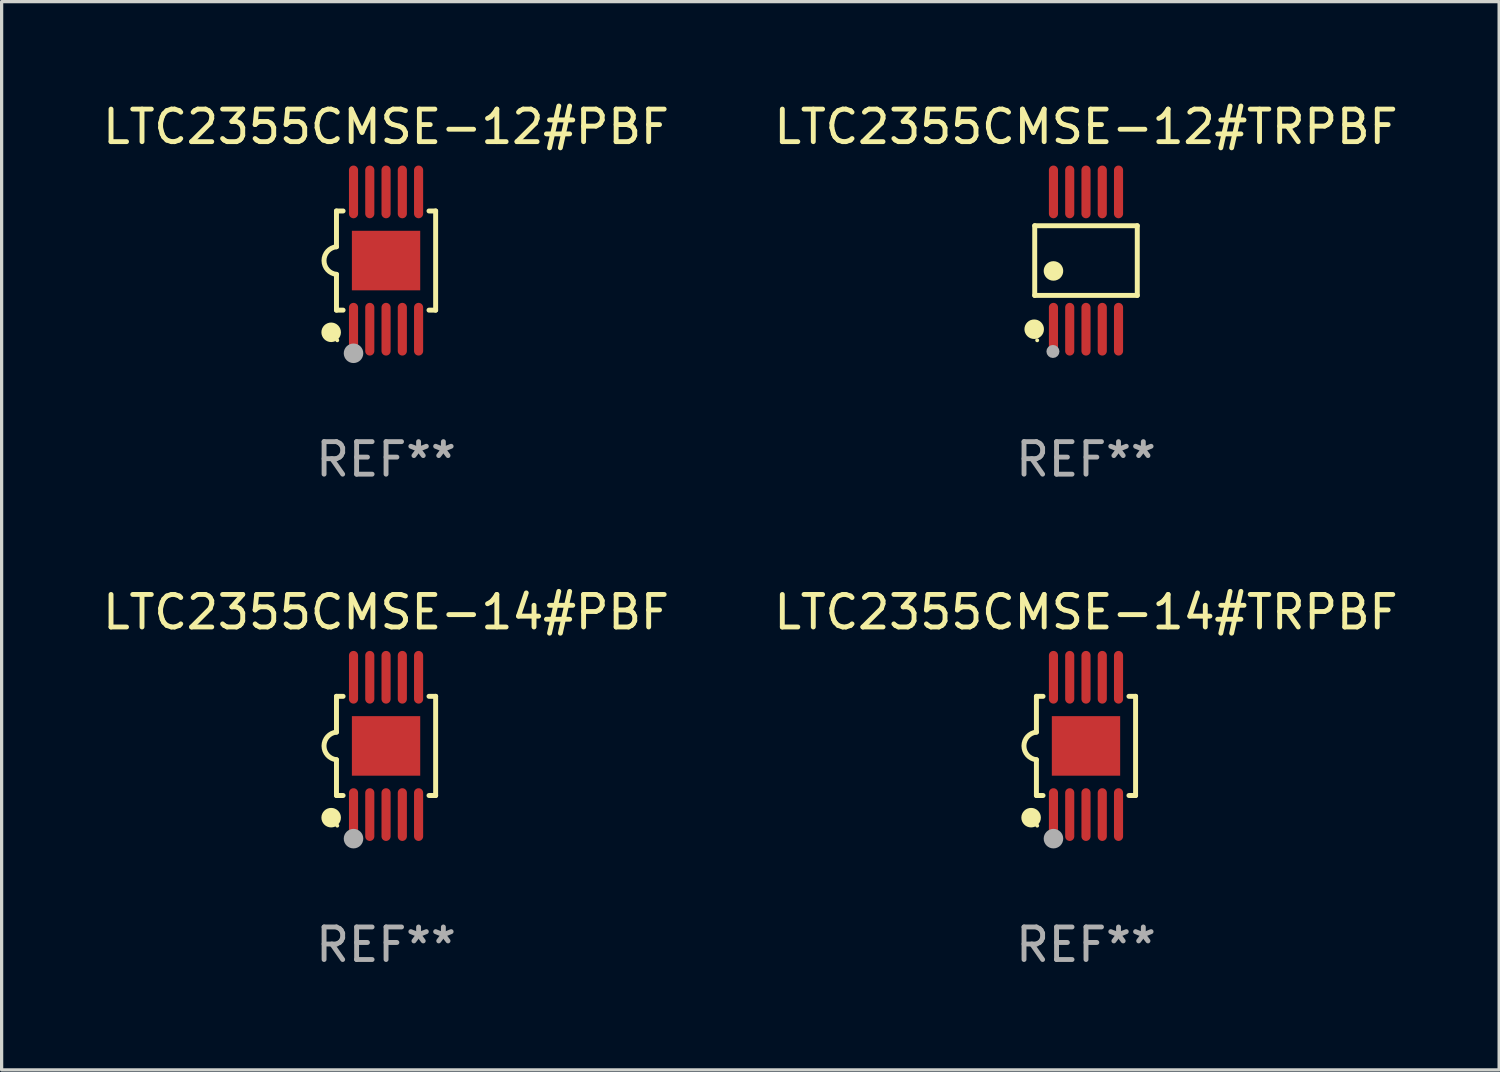
<source format=kicad_pcb>
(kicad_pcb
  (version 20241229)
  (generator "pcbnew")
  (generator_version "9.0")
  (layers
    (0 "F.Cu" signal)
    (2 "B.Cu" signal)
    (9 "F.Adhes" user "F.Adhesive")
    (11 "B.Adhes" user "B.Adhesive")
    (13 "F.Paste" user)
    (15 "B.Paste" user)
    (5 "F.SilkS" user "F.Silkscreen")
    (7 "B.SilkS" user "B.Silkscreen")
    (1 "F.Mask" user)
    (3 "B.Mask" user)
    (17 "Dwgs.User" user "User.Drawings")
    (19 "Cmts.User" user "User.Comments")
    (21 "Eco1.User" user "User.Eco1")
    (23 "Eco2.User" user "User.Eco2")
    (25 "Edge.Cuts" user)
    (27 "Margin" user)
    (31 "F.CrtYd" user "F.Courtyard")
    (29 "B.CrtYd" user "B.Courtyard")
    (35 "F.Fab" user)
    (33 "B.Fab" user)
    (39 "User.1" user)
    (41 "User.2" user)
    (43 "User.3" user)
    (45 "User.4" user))
  (footprint "LTC2355CMSE-12#PBF"
    (layer "F.Cu")
    (at 8.815 4.958)
    (property "Reference" "LTC2355CMSE-12#PBF" (at 0 -4.11 0) (layer "F.SilkS") (effects (font (size 1 1) (thickness 0.15))))
    (attr through_hole)
    (fp_line (start -1.524 -1.524) (end -1.524 -0.424) (stroke (width 0.152) (type solid)) (layer "F.SilkS"))
    (fp_line (start -1.524 1.524) (end -1.524 0.424) (stroke (width 0.152) (type solid)) (layer "F.SilkS"))
    (fp_line (start -1.524 1.524) (end -1.32 1.524) (stroke (width 0.152) (type solid)) (layer "F.SilkS"))
    (fp_line (start -1.32 -1.524) (end -1.524 -1.524) (stroke (width 0.152) (type solid)) (layer "F.SilkS"))
    (fp_line (start 1.32 1.524) (end 1.524 1.524) (stroke (width 0.152) (type solid)) (layer "F.SilkS"))
    (fp_line (start 1.524 -1.524) (end 1.32 -1.524) (stroke (width 0.152) (type solid)) (layer "F.SilkS"))
    (fp_line (start 1.524 1.524) (end 1.524 -1.524) (stroke (width 0.152) (type solid)) (layer "F.SilkS"))
    (fp_arc (start -1.524003 0.424003) (mid -1.906663 -0.000089) (end -1.524004 -0.424181) (stroke (width 0.151994) (type solid)) (layer "F.SilkS"))
    (fp_circle (center -1.687 2.205) (end -1.537 2.205) (stroke (width 0.3) (type solid)) (fill no) (layer "F.SilkS"))
    (fp_circle (center -1.5 2.45) (end -1.47 2.45) (stroke (width 0.06) (type solid)) (fill no) (layer "F.SilkS"))
    (fp_circle (center -1 2.85) (end -0.85 2.85) (stroke (width 0.3) (type solid)) (fill no) (layer "F.Fab"))
    (fp_text user "REF**" (at 0 6.11 0) (layer "F.Fab") (effects (font (size 1 1) (thickness 0.15))))
    (pad "1" smd oval (at -1 2.11) (size 0.28 1.62) (layers "F.Cu" "F.Mask" "F.Paste"))
    (pad "2" smd oval (at -0.5 2.11) (size 0.28 1.62) (layers "F.Cu" "F.Mask" "F.Paste"))
    (pad "3" smd oval (at 0 2.11) (size 0.28 1.62) (layers "F.Cu" "F.Mask" "F.Paste"))
    (pad "4" smd oval (at 0.5 2.11) (size 0.28 1.62) (layers "F.Cu" "F.Mask" "F.Paste"))
    (pad "5" smd oval (at 1 2.11) (size 0.28 1.62) (layers "F.Cu" "F.Mask" "F.Paste"))
    (pad "6" smd oval (at 1 -2.11) (size 0.28 1.62) (layers "F.Cu" "F.Mask" "F.Paste"))
    (pad "7" smd oval (at 0.5 -2.11) (size 0.28 1.62) (layers "F.Cu" "F.Mask" "F.Paste"))
    (pad "8" smd oval (at 0 -2.11) (size 0.28 1.62) (layers "F.Cu" "F.Mask" "F.Paste"))
    (pad "9" smd oval (at -0.5 -2.11) (size 0.28 1.62) (layers "F.Cu" "F.Mask" "F.Paste"))
    (pad "10" smd oval (at -1 -2.11) (size 0.28 1.62) (layers "F.Cu" "F.Mask" "F.Paste"))
    (pad "11" smd rect (at 0 0) (size 2.1 1.83) (layers "F.Cu" "F.Mask" "F.Paste")))
  (footprint "LTC2355CMSE-12#TRPBF"
    (layer "F.Cu")
    (at 30.327 4.958)
    (property "Reference" "LTC2355CMSE-12#TRPBF" (at 0 -4.11 0) (layer "F.SilkS") (effects (font (size 1 1) (thickness 0.15))))
    (attr through_hole)
    (fp_line (start -1.576 -1.071) (end 1.576 -1.071) (stroke (width 0.152) (type solid)) (layer "F.SilkS"))
    (fp_line (start -1.576 1.071) (end -1.576 -1.071) (stroke (width 0.152) (type solid)) (layer "F.SilkS"))
    (fp_line (start 1.576 -1.071) (end 1.576 1.071) (stroke (width 0.152) (type solid)) (layer "F.SilkS"))
    (fp_line (start 1.576 1.071) (end -1.576 1.071) (stroke (width 0.152) (type solid)) (layer "F.SilkS"))
    (fp_circle (center -1.592 2.11) (end -1.442 2.11) (stroke (width 0.3) (type solid)) (fill no) (layer "F.SilkS"))
    (fp_circle (center -1.5 2.45) (end -1.47 2.45) (stroke (width 0.06) (type solid)) (fill no) (layer "F.SilkS"))
    (fp_circle (center -1 0.319) (end -0.85 0.319) (stroke (width 0.3) (type solid)) (fill no) (layer "F.SilkS"))
    (fp_circle (center -1.016 2.794) (end -0.916 2.794) (stroke (width 0.2) (type solid)) (fill no) (layer "F.Fab"))
    (fp_text user "REF**" (at 0 6.11 0) (layer "F.Fab") (effects (font (size 1 1) (thickness 0.15))))
    (pad "1" smd oval (at -1 2.11) (size 0.28 1.62) (layers "F.Cu" "F.Mask" "F.Paste"))
    (pad "2" smd oval (at -0.5 2.11) (size 0.28 1.62) (layers "F.Cu" "F.Mask" "F.Paste"))
    (pad "3" smd oval (at 0 2.11) (size 0.28 1.62) (layers "F.Cu" "F.Mask" "F.Paste"))
    (pad "4" smd oval (at 0.5 2.11) (size 0.28 1.62) (layers "F.Cu" "F.Mask" "F.Paste"))
    (pad "5" smd oval (at 1 2.11) (size 0.28 1.62) (layers "F.Cu" "F.Mask" "F.Paste"))
    (pad "6" smd oval (at 1 -2.11) (size 0.28 1.62) (layers "F.Cu" "F.Mask" "F.Paste"))
    (pad "7" smd oval (at 0.5 -2.11) (size 0.28 1.62) (layers "F.Cu" "F.Mask" "F.Paste"))
    (pad "8" smd oval (at 0 -2.11) (size 0.28 1.62) (layers "F.Cu" "F.Mask" "F.Paste"))
    (pad "9" smd oval (at -0.5 -2.11) (size 0.28 1.62) (layers "F.Cu" "F.Mask" "F.Paste"))
    (pad "10" smd oval (at -1 -2.11) (size 0.28 1.62) (layers "F.Cu" "F.Mask" "F.Paste")))
  (footprint "LTC2355CMSE-14#PBF"
    (layer "F.Cu")
    (at 8.815 19.875)
    (property "Reference" "LTC2355CMSE-14#PBF" (at 0 -4.11 0) (layer "F.SilkS") (effects (font (size 1 1) (thickness 0.15))))
    (attr through_hole)
    (fp_line (start -1.524 -1.524) (end -1.524 -0.424) (stroke (width 0.152) (type solid)) (layer "F.SilkS"))
    (fp_line (start -1.524 1.524) (end -1.524 0.424) (stroke (width 0.152) (type solid)) (layer "F.SilkS"))
    (fp_line (start -1.524 1.524) (end -1.32 1.524) (stroke (width 0.152) (type solid)) (layer "F.SilkS"))
    (fp_line (start -1.32 -1.524) (end -1.524 -1.524) (stroke (width 0.152) (type solid)) (layer "F.SilkS"))
    (fp_line (start 1.32 1.524) (end 1.524 1.524) (stroke (width 0.152) (type solid)) (layer "F.SilkS"))
    (fp_line (start 1.524 -1.524) (end 1.32 -1.524) (stroke (width 0.152) (type solid)) (layer "F.SilkS"))
    (fp_line (start 1.524 1.524) (end 1.524 -1.524) (stroke (width 0.152) (type solid)) (layer "F.SilkS"))
    (fp_arc (start -1.524003 0.424003) (mid -1.906663 -0.000089) (end -1.524004 -0.424181) (stroke (width 0.151994) (type solid)) (layer "F.SilkS"))
    (fp_circle (center -1.687 2.205) (end -1.537 2.205) (stroke (width 0.3) (type solid)) (fill no) (layer "F.SilkS"))
    (fp_circle (center -1.5 2.45) (end -1.47 2.45) (stroke (width 0.06) (type solid)) (fill no) (layer "F.SilkS"))
    (fp_circle (center -1 2.85) (end -0.85 2.85) (stroke (width 0.3) (type solid)) (fill no) (layer "F.Fab"))
    (fp_text user "REF**" (at 0 6.11 0) (layer "F.Fab") (effects (font (size 1 1) (thickness 0.15))))
    (pad "1" smd oval (at -1 2.11) (size 0.28 1.62) (layers "F.Cu" "F.Mask" "F.Paste"))
    (pad "2" smd oval (at -0.5 2.11) (size 0.28 1.62) (layers "F.Cu" "F.Mask" "F.Paste"))
    (pad "3" smd oval (at 0 2.11) (size 0.28 1.62) (layers "F.Cu" "F.Mask" "F.Paste"))
    (pad "4" smd oval (at 0.5 2.11) (size 0.28 1.62) (layers "F.Cu" "F.Mask" "F.Paste"))
    (pad "5" smd oval (at 1 2.11) (size 0.28 1.62) (layers "F.Cu" "F.Mask" "F.Paste"))
    (pad "6" smd oval (at 1 -2.11) (size 0.28 1.62) (layers "F.Cu" "F.Mask" "F.Paste"))
    (pad "7" smd oval (at 0.5 -2.11) (size 0.28 1.62) (layers "F.Cu" "F.Mask" "F.Paste"))
    (pad "8" smd oval (at 0 -2.11) (size 0.28 1.62) (layers "F.Cu" "F.Mask" "F.Paste"))
    (pad "9" smd oval (at -0.5 -2.11) (size 0.28 1.62) (layers "F.Cu" "F.Mask" "F.Paste"))
    (pad "10" smd oval (at -1 -2.11) (size 0.28 1.62) (layers "F.Cu" "F.Mask" "F.Paste"))
    (pad "11" smd rect (at 0 0) (size 2.1 1.83) (layers "F.Cu" "F.Mask" "F.Paste")))
  (footprint "LTC2355CMSE-14#TRPBF"
    (layer "F.Cu")
    (at 30.327 19.875)
    (property "Reference" "LTC2355CMSE-14#TRPBF" (at 0 -4.11 0) (layer "F.SilkS") (effects (font (size 1 1) (thickness 0.15))))
    (attr through_hole)
    (fp_line (start -1.524 -1.524) (end -1.524 -0.424) (stroke (width 0.152) (type solid)) (layer "F.SilkS"))
    (fp_line (start -1.524 1.524) (end -1.524 0.424) (stroke (width 0.152) (type solid)) (layer "F.SilkS"))
    (fp_line (start -1.524 1.524) (end -1.32 1.524) (stroke (width 0.152) (type solid)) (layer "F.SilkS"))
    (fp_line (start -1.32 -1.524) (end -1.524 -1.524) (stroke (width 0.152) (type solid)) (layer "F.SilkS"))
    (fp_line (start 1.32 1.524) (end 1.524 1.524) (stroke (width 0.152) (type solid)) (layer "F.SilkS"))
    (fp_line (start 1.524 -1.524) (end 1.32 -1.524) (stroke (width 0.152) (type solid)) (layer "F.SilkS"))
    (fp_line (start 1.524 1.524) (end 1.524 -1.524) (stroke (width 0.152) (type solid)) (layer "F.SilkS"))
    (fp_arc (start -1.524003 0.424003) (mid -1.906663 -0.000089) (end -1.524004 -0.424181) (stroke (width 0.151994) (type solid)) (layer "F.SilkS"))
    (fp_circle (center -1.687 2.205) (end -1.537 2.205) (stroke (width 0.3) (type solid)) (fill no) (layer "F.SilkS"))
    (fp_circle (center -1.5 2.45) (end -1.47 2.45) (stroke (width 0.06) (type solid)) (fill no) (layer "F.SilkS"))
    (fp_circle (center -1 2.85) (end -0.85 2.85) (stroke (width 0.3) (type solid)) (fill no) (layer "F.Fab"))
    (fp_text user "REF**" (at 0 6.11 0) (layer "F.Fab") (effects (font (size 1 1) (thickness 0.15))))
    (pad "1" smd oval (at -1 2.11) (size 0.28 1.62) (layers "F.Cu" "F.Mask" "F.Paste"))
    (pad "2" smd oval (at -0.5 2.11) (size 0.28 1.62) (layers "F.Cu" "F.Mask" "F.Paste"))
    (pad "3" smd oval (at 0 2.11) (size 0.28 1.62) (layers "F.Cu" "F.Mask" "F.Paste"))
    (pad "4" smd oval (at 0.5 2.11) (size 0.28 1.62) (layers "F.Cu" "F.Mask" "F.Paste"))
    (pad "5" smd oval (at 1 2.11) (size 0.28 1.62) (layers "F.Cu" "F.Mask" "F.Paste"))
    (pad "6" smd oval (at 1 -2.11) (size 0.28 1.62) (layers "F.Cu" "F.Mask" "F.Paste"))
    (pad "7" smd oval (at 0.5 -2.11) (size 0.28 1.62) (layers "F.Cu" "F.Mask" "F.Paste"))
    (pad "8" smd oval (at 0 -2.11) (size 0.28 1.62) (layers "F.Cu" "F.Mask" "F.Paste"))
    (pad "9" smd oval (at -0.5 -2.11) (size 0.28 1.62) (layers "F.Cu" "F.Mask" "F.Paste"))
    (pad "10" smd oval (at -1 -2.11) (size 0.28 1.62) (layers "F.Cu" "F.Mask" "F.Paste"))
    (pad "11" smd rect (at 0 0) (size 2.1 1.83) (layers "F.Cu" "F.Mask" "F.Paste")))
  (gr_rect
    (start -3 -3)
    (end 43.024 29.833)
    (stroke (width 0.1) (type default))
    (fill no)
    (layer "Edge.Cuts")))
</source>
